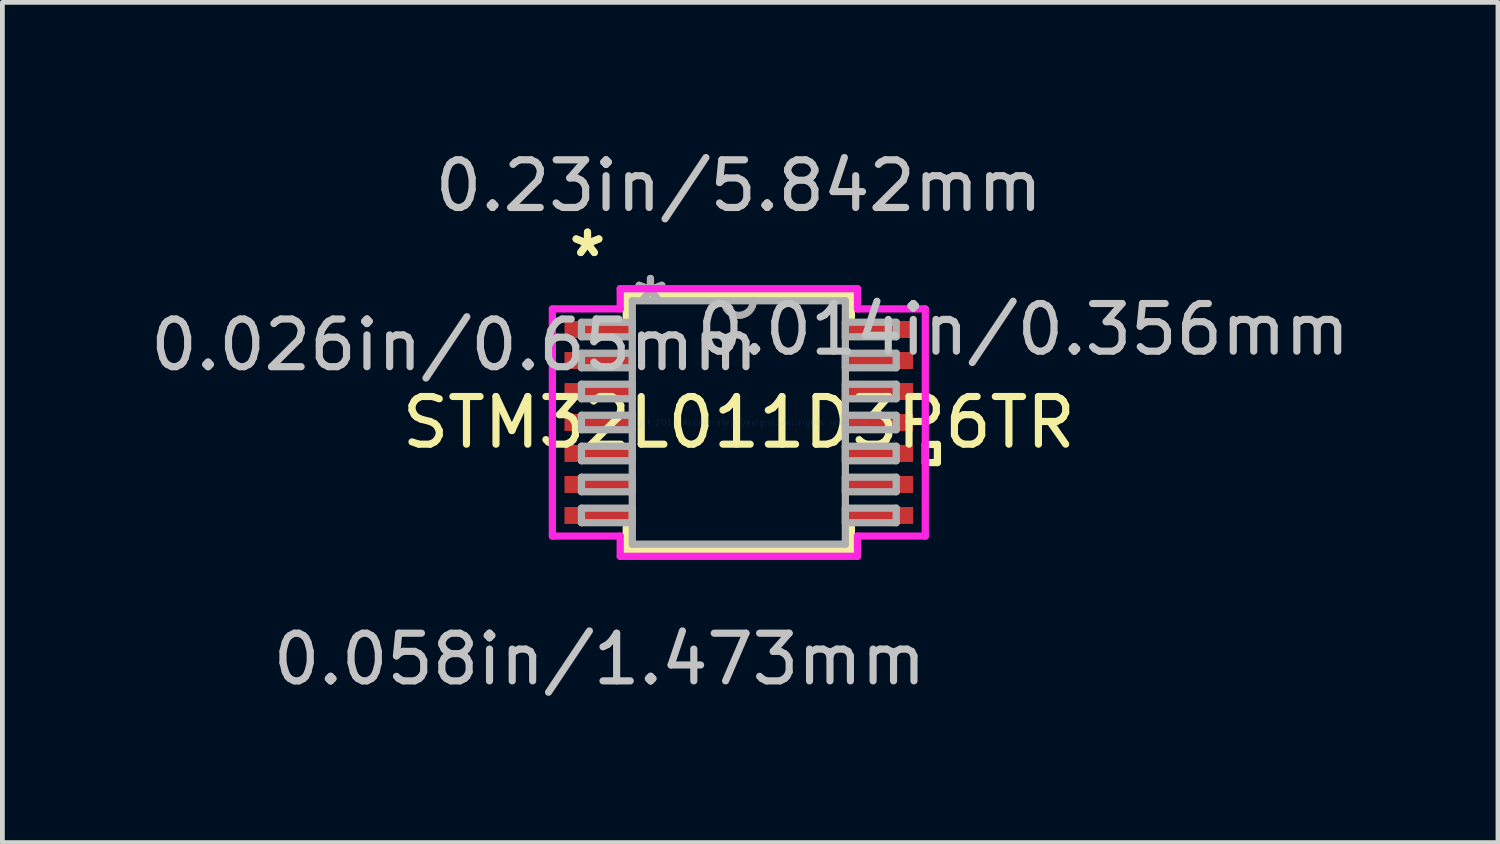
<source format=kicad_pcb>
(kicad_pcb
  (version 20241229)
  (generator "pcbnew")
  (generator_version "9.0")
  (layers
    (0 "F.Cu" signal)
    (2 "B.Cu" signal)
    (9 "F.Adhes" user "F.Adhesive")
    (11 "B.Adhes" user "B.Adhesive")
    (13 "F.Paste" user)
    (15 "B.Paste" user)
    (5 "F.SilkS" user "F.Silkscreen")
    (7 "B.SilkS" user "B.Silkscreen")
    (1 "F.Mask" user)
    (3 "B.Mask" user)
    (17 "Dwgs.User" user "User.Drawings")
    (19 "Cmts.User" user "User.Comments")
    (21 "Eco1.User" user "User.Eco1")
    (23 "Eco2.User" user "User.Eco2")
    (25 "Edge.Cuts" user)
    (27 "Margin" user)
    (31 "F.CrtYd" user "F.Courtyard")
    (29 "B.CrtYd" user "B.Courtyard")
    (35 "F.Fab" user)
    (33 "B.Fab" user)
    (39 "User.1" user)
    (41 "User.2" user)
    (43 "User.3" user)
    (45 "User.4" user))
  (footprint "STM32L011D3P6TR"
    (layer "F.Cu")
    (at 12.451 5.814)
    (property "Reference" "STM32L011D3P6TR" (at 0 0 0) (layer "F.SilkS") (effects (font (size 1 1) (thickness 0.15))))
    (attr through_hole)
    (fp_line (start -2.362 -2.68) (end -2.362 -2.205) (stroke (width 0.152) (type solid)) (layer "F.SilkS"))
    (fp_line (start -2.362 2.205) (end -2.362 2.68) (stroke (width 0.152) (type solid)) (layer "F.SilkS"))
    (fp_line (start -2.362 2.68) (end 2.362 2.68) (stroke (width 0.152) (type solid)) (layer "F.SilkS"))
    (fp_line (start 2.362 -2.68) (end -2.362 -2.68) (stroke (width 0.152) (type solid)) (layer "F.SilkS"))
    (fp_line (start 2.362 -2.205) (end 2.362 -2.68) (stroke (width 0.152) (type solid)) (layer "F.SilkS"))
    (fp_line (start 2.362 2.68) (end 2.362 2.205) (stroke (width 0.152) (type solid)) (layer "F.SilkS"))
    (fp_line (start 3.912 0.46) (end 4.166 0.46) (stroke (width 0.152) (type solid)) (layer "F.SilkS"))
    (fp_line (start 3.912 0.841) (end 3.912 0.46) (stroke (width 0.152) (type solid)) (layer "F.SilkS"))
    (fp_line (start 4.166 0.46) (end 4.166 0.841) (stroke (width 0.152) (type solid)) (layer "F.SilkS"))
    (fp_line (start 4.166 0.841) (end 3.912 0.841) (stroke (width 0.152) (type solid)) (layer "F.SilkS"))
    (fp_line (start -3.912 -2.383) (end -2.489 -2.383) (stroke (width 0.152) (type solid)) (layer "F.CrtYd"))
    (fp_line (start -3.912 2.383) (end -3.912 -2.383) (stroke (width 0.152) (type solid)) (layer "F.CrtYd"))
    (fp_line (start -2.489 -2.807) (end 2.489 -2.807) (stroke (width 0.152) (type solid)) (layer "F.CrtYd"))
    (fp_line (start -2.489 -2.383) (end -2.489 -2.807) (stroke (width 0.152) (type solid)) (layer "F.CrtYd"))
    (fp_line (start -2.489 2.383) (end -3.912 2.383) (stroke (width 0.152) (type solid)) (layer "F.CrtYd"))
    (fp_line (start -2.489 2.807) (end -2.489 2.383) (stroke (width 0.152) (type solid)) (layer "F.CrtYd"))
    (fp_line (start 2.489 -2.807) (end 2.489 -2.383) (stroke (width 0.152) (type solid)) (layer "F.CrtYd"))
    (fp_line (start 2.489 -2.383) (end 3.912 -2.383) (stroke (width 0.152) (type solid)) (layer "F.CrtYd"))
    (fp_line (start 2.489 2.383) (end 2.489 2.807) (stroke (width 0.152) (type solid)) (layer "F.CrtYd"))
    (fp_line (start 2.489 2.807) (end -2.489 2.807) (stroke (width 0.152) (type solid)) (layer "F.CrtYd"))
    (fp_line (start 3.912 -2.383) (end 3.912 2.383) (stroke (width 0.152) (type solid)) (layer "F.CrtYd"))
    (fp_line (start 3.912 2.383) (end 2.489 2.383) (stroke (width 0.152) (type solid)) (layer "F.CrtYd"))
    (fp_line (start -3.302 -2.103) (end -3.302 -1.798) (stroke (width 0.152) (type solid)) (layer "F.Fab"))
    (fp_line (start -3.302 -1.798) (end -2.235 -1.798) (stroke (width 0.152) (type solid)) (layer "F.Fab"))
    (fp_line (start -3.302 -1.453) (end -3.302 -1.148) (stroke (width 0.152) (type solid)) (layer "F.Fab"))
    (fp_line (start -3.302 -1.148) (end -2.235 -1.148) (stroke (width 0.152) (type solid)) (layer "F.Fab"))
    (fp_line (start -3.302 -0.803) (end -3.302 -0.498) (stroke (width 0.152) (type solid)) (layer "F.Fab"))
    (fp_line (start -3.302 -0.498) (end -2.235 -0.498) (stroke (width 0.152) (type solid)) (layer "F.Fab"))
    (fp_line (start -3.302 -0.152) (end -3.302 0.152) (stroke (width 0.152) (type solid)) (layer "F.Fab"))
    (fp_line (start -3.302 0.152) (end -2.235 0.152) (stroke (width 0.152) (type solid)) (layer "F.Fab"))
    (fp_line (start -3.302 0.498) (end -3.302 0.803) (stroke (width 0.152) (type solid)) (layer "F.Fab"))
    (fp_line (start -3.302 0.803) (end -2.235 0.803) (stroke (width 0.152) (type solid)) (layer "F.Fab"))
    (fp_line (start -3.302 1.148) (end -3.302 1.453) (stroke (width 0.152) (type solid)) (layer "F.Fab"))
    (fp_line (start -3.302 1.453) (end -2.235 1.453) (stroke (width 0.152) (type solid)) (layer "F.Fab"))
    (fp_line (start -3.302 1.798) (end -3.302 2.103) (stroke (width 0.152) (type solid)) (layer "F.Fab"))
    (fp_line (start -3.302 2.103) (end -2.235 2.103) (stroke (width 0.152) (type solid)) (layer "F.Fab"))
    (fp_line (start -2.235 -2.553) (end -2.235 2.553) (stroke (width 0.152) (type solid)) (layer "F.Fab"))
    (fp_line (start -2.235 -2.103) (end -3.302 -2.103) (stroke (width 0.152) (type solid)) (layer "F.Fab"))
    (fp_line (start -2.235 -1.798) (end -2.235 -2.103) (stroke (width 0.152) (type solid)) (layer "F.Fab"))
    (fp_line (start -2.235 -1.453) (end -3.302 -1.453) (stroke (width 0.152) (type solid)) (layer "F.Fab"))
    (fp_line (start -2.235 -1.148) (end -2.235 -1.453) (stroke (width 0.152) (type solid)) (layer "F.Fab"))
    (fp_line (start -2.235 -0.803) (end -3.302 -0.803) (stroke (width 0.152) (type solid)) (layer "F.Fab"))
    (fp_line (start -2.235 -0.498) (end -2.235 -0.803) (stroke (width 0.152) (type solid)) (layer "F.Fab"))
    (fp_line (start -2.235 -0.152) (end -3.302 -0.152) (stroke (width 0.152) (type solid)) (layer "F.Fab"))
    (fp_line (start -2.235 0.152) (end -2.235 -0.152) (stroke (width 0.152) (type solid)) (layer "F.Fab"))
    (fp_line (start -2.235 0.498) (end -3.302 0.498) (stroke (width 0.152) (type solid)) (layer "F.Fab"))
    (fp_line (start -2.235 0.803) (end -2.235 0.498) (stroke (width 0.152) (type solid)) (layer "F.Fab"))
    (fp_line (start -2.235 1.148) (end -3.302 1.148) (stroke (width 0.152) (type solid)) (layer "F.Fab"))
    (fp_line (start -2.235 1.453) (end -2.235 1.148) (stroke (width 0.152) (type solid)) (layer "F.Fab"))
    (fp_line (start -2.235 1.798) (end -3.302 1.798) (stroke (width 0.152) (type solid)) (layer "F.Fab"))
    (fp_line (start -2.235 2.103) (end -2.235 1.798) (stroke (width 0.152) (type solid)) (layer "F.Fab"))
    (fp_line (start -2.235 2.553) (end 2.235 2.553) (stroke (width 0.152) (type solid)) (layer "F.Fab"))
    (fp_line (start 2.235 -2.553) (end -2.235 -2.553) (stroke (width 0.152) (type solid)) (layer "F.Fab"))
    (fp_line (start 2.235 -2.103) (end 2.235 -1.798) (stroke (width 0.152) (type solid)) (layer "F.Fab"))
    (fp_line (start 2.235 -1.798) (end 3.302 -1.798) (stroke (width 0.152) (type solid)) (layer "F.Fab"))
    (fp_line (start 2.235 -1.453) (end 2.235 -1.148) (stroke (width 0.152) (type solid)) (layer "F.Fab"))
    (fp_line (start 2.235 -1.148) (end 3.302 -1.148) (stroke (width 0.152) (type solid)) (layer "F.Fab"))
    (fp_line (start 2.235 -0.803) (end 2.235 -0.498) (stroke (width 0.152) (type solid)) (layer "F.Fab"))
    (fp_line (start 2.235 -0.498) (end 3.302 -0.498) (stroke (width 0.152) (type solid)) (layer "F.Fab"))
    (fp_line (start 2.235 -0.152) (end 2.235 0.152) (stroke (width 0.152) (type solid)) (layer "F.Fab"))
    (fp_line (start 2.235 0.152) (end 3.302 0.152) (stroke (width 0.152) (type solid)) (layer "F.Fab"))
    (fp_line (start 2.235 0.498) (end 2.235 0.803) (stroke (width 0.152) (type solid)) (layer "F.Fab"))
    (fp_line (start 2.235 0.803) (end 3.302 0.803) (stroke (width 0.152) (type solid)) (layer "F.Fab"))
    (fp_line (start 2.235 1.148) (end 2.235 1.453) (stroke (width 0.152) (type solid)) (layer "F.Fab"))
    (fp_line (start 2.235 1.453) (end 3.302 1.453) (stroke (width 0.152) (type solid)) (layer "F.Fab"))
    (fp_line (start 2.235 1.798) (end 2.235 2.103) (stroke (width 0.152) (type solid)) (layer "F.Fab"))
    (fp_line (start 2.235 2.103) (end 3.302 2.103) (stroke (width 0.152) (type solid)) (layer "F.Fab"))
    (fp_line (start 2.235 2.553) (end 2.235 -2.553) (stroke (width 0.152) (type solid)) (layer "F.Fab"))
    (fp_line (start 3.302 -2.103) (end 2.235 -2.103) (stroke (width 0.152) (type solid)) (layer "F.Fab"))
    (fp_line (start 3.302 -1.798) (end 3.302 -2.103) (stroke (width 0.152) (type solid)) (layer "F.Fab"))
    (fp_line (start 3.302 -1.453) (end 2.235 -1.453) (stroke (width 0.152) (type solid)) (layer "F.Fab"))
    (fp_line (start 3.302 -1.148) (end 3.302 -1.453) (stroke (width 0.152) (type solid)) (layer "F.Fab"))
    (fp_line (start 3.302 -0.803) (end 2.235 -0.803) (stroke (width 0.152) (type solid)) (layer "F.Fab"))
    (fp_line (start 3.302 -0.498) (end 3.302 -0.803) (stroke (width 0.152) (type solid)) (layer "F.Fab"))
    (fp_line (start 3.302 -0.152) (end 2.235 -0.152) (stroke (width 0.152) (type solid)) (layer "F.Fab"))
    (fp_line (start 3.302 0.152) (end 3.302 -0.152) (stroke (width 0.152) (type solid)) (layer "F.Fab"))
    (fp_line (start 3.302 0.498) (end 2.235 0.498) (stroke (width 0.152) (type solid)) (layer "F.Fab"))
    (fp_line (start 3.302 0.803) (end 3.302 0.498) (stroke (width 0.152) (type solid)) (layer "F.Fab"))
    (fp_line (start 3.302 1.148) (end 2.235 1.148) (stroke (width 0.152) (type solid)) (layer "F.Fab"))
    (fp_line (start 3.302 1.453) (end 3.302 1.148) (stroke (width 0.152) (type solid)) (layer "F.Fab"))
    (fp_line (start 3.302 1.798) (end 2.235 1.798) (stroke (width 0.152) (type solid)) (layer "F.Fab"))
    (fp_line (start 3.302 2.103) (end 3.302 1.798) (stroke (width 0.152) (type solid)) (layer "F.Fab"))
    (fp_arc (start 0.3048 -2.5527) (mid 0 -2.2479) (end -0.3048 -2.5527) (stroke (width 0.1524) (type solid)) (layer "F.Fab"))
    (fp_text user "*" (at -3.175 -3.449 0) (layer "F.SilkS") (effects (font (size 1 1) (thickness 0.15))))
    (fp_text user "*" (at -3.175 -3.449 0) (layer "F.SilkS") (effects (font (size 1 1) (thickness 0.15))))
    (fp_text user "0.014in/0.356mm" (at 5.969 -1.951 0) (layer "Dwgs.User") (effects (font (size 1 1) (thickness 0.15))))
    (fp_text user "0.026in/0.65mm" (at -5.969 -1.626 0) (layer "Dwgs.User") (effects (font (size 1 1) (thickness 0.15))))
    (fp_text user "0.23in/5.842mm" (at 0 -4.966 0) (layer "Dwgs.User") (effects (font (size 1 1) (thickness 0.15))))
    (fp_text user "0.058in/1.473mm" (at -2.921 4.966 0) (layer "Dwgs.User") (effects (font (size 1 1) (thickness 0.15))))
    (fp_text user "Copyright 2016 Accelerated Designs. All rights reserved." (at 0 0 0) (layer "Cmts.User") (effects (font (size 0.127 0.127) (thickness 0.002))))
    (fp_text user "*" (at -1.854 -2.477 0) (layer "F.Fab") (effects (font (size 1 1) (thickness 0.15))))
    (fp_text user "*" (at -1.854 -2.477 0) (layer "F.Fab") (effects (font (size 1 1) (thickness 0.15))))
    (pad "1" smd rect (at -2.921 -1.951) (size 1.473 0.356) (layers "F.Cu" "F.Mask" "F.Paste"))
    (pad "2" smd rect (at -2.921 -1.3) (size 1.473 0.356) (layers "F.Cu" "F.Mask" "F.Paste"))
    (pad "3" smd rect (at -2.921 -0.65) (size 1.473 0.356) (layers "F.Cu" "F.Mask" "F.Paste"))
    (pad "4" smd rect (at -2.921 0) (size 1.473 0.356) (layers "F.Cu" "F.Mask" "F.Paste"))
    (pad "5" smd rect (at -2.921 0.65) (size 1.473 0.356) (layers "F.Cu" "F.Mask" "F.Paste"))
    (pad "6" smd rect (at -2.921 1.3) (size 1.473 0.356) (layers "F.Cu" "F.Mask" "F.Paste"))
    (pad "7" smd rect (at -2.921 1.951) (size 1.473 0.356) (layers "F.Cu" "F.Mask" "F.Paste"))
    (pad "8" smd rect (at 2.921 1.951) (size 1.473 0.356) (layers "F.Cu" "F.Mask" "F.Paste"))
    (pad "9" smd rect (at 2.921 1.3) (size 1.473 0.356) (layers "F.Cu" "F.Mask" "F.Paste"))
    (pad "10" smd rect (at 2.921 0.65) (size 1.473 0.356) (layers "F.Cu" "F.Mask" "F.Paste"))
    (pad "11" smd rect (at 2.921 0) (size 1.473 0.356) (layers "F.Cu" "F.Mask" "F.Paste"))
    (pad "12" smd rect (at 2.921 -0.65) (size 1.473 0.356) (layers "F.Cu" "F.Mask" "F.Paste"))
    (pad "13" smd rect (at 2.921 -1.3) (size 1.473 0.356) (layers "F.Cu" "F.Mask" "F.Paste"))
    (pad "14" smd rect (at 2.921 -1.951) (size 1.473 0.356) (layers "F.Cu" "F.Mask" "F.Paste")))
  (gr_rect
    (start -3 -3)
    (end 28.378 14.628)
    (stroke (width 0.1) (type default))
    (fill no)
    (layer "Edge.Cuts")))
</source>
